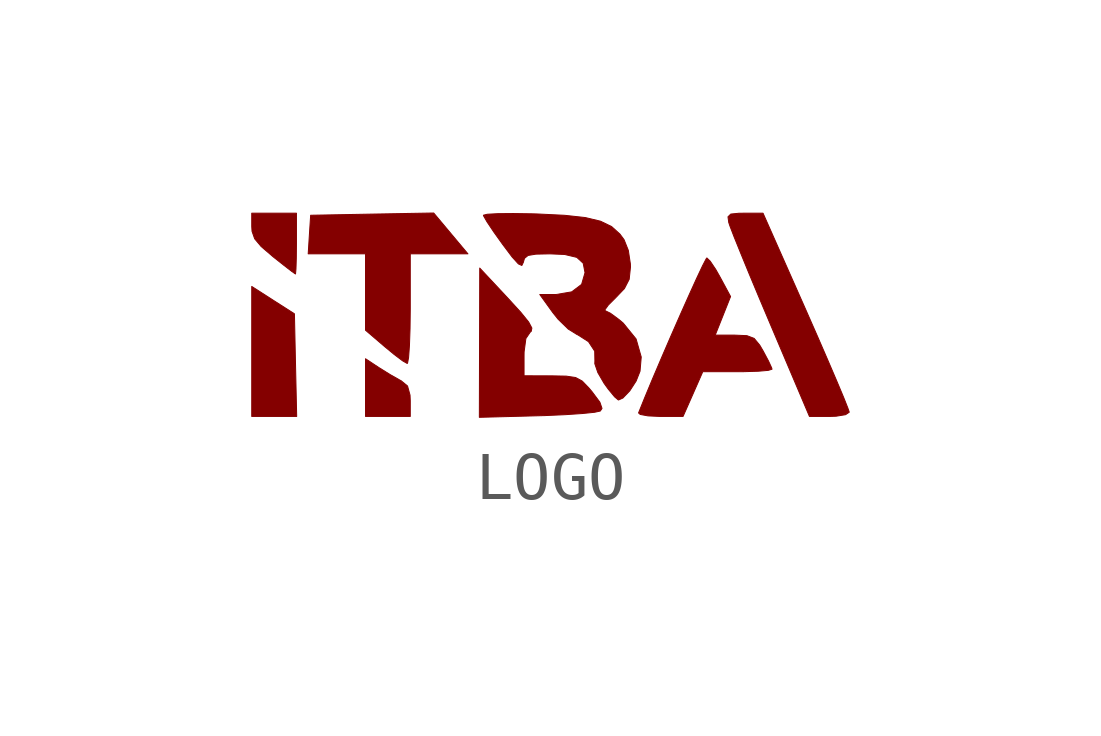
<source format=kicad_sym>
(kicad_symbol_lib
  (version 20220914)
  (generator "bitmap2component")
  (generator_version "9.0")
  (symbol "LOGO"
    (pin_names
      (offset 1.016))
    (property "Reference" "#G"
      (at 0 7.832 0)
      (effects (font (size 1.27 1.27)) hide))
    (symbol "LOGO_0_0"
      (polyline (pts (xy -5.099 -1.048) (xy -5.122 0.021) (xy -5.567 0.306) (xy -6.011 0.591) (xy -6.011 -0.763) (xy -6.011 -2.117) (xy -5.543 -2.117) (xy -5.075 -2.117) (xy -5.099 -1.048)) (stroke (width 0.01) (type default)) (fill (type outline)))
      (polyline (pts (xy -2.709 -1.792) (xy -2.714 -1.673) (xy -2.766 -1.483) (xy -2.9 -1.373) (xy -2.92 -1.363) (xy -3.13 -1.244) (xy -3.366 -1.097) (xy -3.641 -0.915) (xy -3.641 -1.516) (xy -3.641 -2.117) (xy -3.175 -2.117) (xy -2.709 -2.117) (xy -2.709 -1.792)) (stroke (width 0.01) (type default)) (fill (type outline)))
      (polyline (pts (xy -0.064 -2.103) (xy 0.092 -2.099) (xy 0.518 -2.08) (xy 0.875 -2.056) (xy 1.13 -2.03) (xy 1.249 -2.004) (xy 1.285 -1.95) (xy 1.241 -1.821) (xy 1.08 -1.605) (xy 1.013 -1.525) (xy 0.874 -1.381) (xy 0.735 -1.306) (xy 0.54 -1.277) (xy 0.233 -1.271) (xy -0.339 -1.27) (xy -0.339 -0.851) (xy -0.338 -0.773) (xy -0.301 -0.494) (xy -0.21 -0.36) (xy -0.19 -0.345) (xy -0.176 -0.276) (xy -0.242 -0.151) (xy -0.403 0.048) (xy -0.672 0.343) (xy -1.262 0.974) (xy -1.266 -0.581) (xy -1.27 -2.135) (xy -0.064 -2.103)) (stroke (width 0.01) (type default)) (fill (type outline)))
      (polyline (pts (xy 3.179 -1.651) (xy 3.384 -1.185) (xy 4.105 -1.185) (xy 4.239 -1.184) (xy 4.539 -1.175) (xy 4.748 -1.157) (xy 4.826 -1.133) (xy 4.819 -1.106) (xy 4.753 -0.962) (xy 4.641 -0.752) (xy 4.57 -0.631) (xy 4.454 -0.491) (xy 4.303 -0.434) (xy 4.05 -0.423) (xy 3.643 -0.423) (xy 3.803 -0.021) (xy 3.963 0.381) (xy 3.746 0.783) (xy 3.656 0.942) (xy 3.539 1.117) (xy 3.469 1.185) (xy 3.454 1.165) (xy 3.379 1.021) (xy 3.257 0.762) (xy 3.099 0.414) (xy 2.916 0.004) (xy 2.72 -0.442) (xy 2.524 -0.896) (xy 2.338 -1.332) (xy 2.175 -1.724) (xy 2.046 -2.044) (xy 2.081 -2.075) (xy 2.243 -2.105) (xy 2.495 -2.117) (xy 2.973 -2.117) (xy 3.179 -1.651)) (stroke (width 0.01) (type default)) (fill (type outline)))
      (polyline (pts (xy 6.16 -2.112) (xy 6.358 -2.08) (xy 6.435 -2.028) (xy 6.406 -1.942) (xy 6.318 -1.72) (xy 6.177 -1.384) (xy 5.994 -0.957) (xy 5.778 -0.459) (xy 5.537 0.089) (xy 4.639 2.117) (xy 4.258 2.117) (xy 4.139 2.116) (xy 3.968 2.099) (xy 3.909 2.042) (xy 3.925 1.923) (xy 3.951 1.846) (xy 4.038 1.62) (xy 4.176 1.279) (xy 4.353 0.847) (xy 4.561 0.349) (xy 4.79 -0.193) (xy 5.606 -2.117) (xy 6.02 -2.117) (xy 6.16 -2.112)) (stroke (width 0.01) (type default)) (fill (type outline)))
      (polyline (pts (xy 1.72 -1.733) (xy 1.863 -1.584) (xy 1.996 -1.379) (xy 2.077 -1.174) (xy 2.102 -0.879) (xy 1.995 -0.503) (xy 1.727 -0.173) (xy 1.638 -0.098) (xy 1.46 0.033) (xy 1.353 0.085) (xy 1.344 0.103) (xy 1.415 0.202) (xy 1.573 0.36) (xy 1.752 0.547) (xy 1.851 0.74) (xy 1.878 0.995) (xy 1.876 1.06) (xy 1.833 1.343) (xy 1.745 1.564) (xy 1.658 1.682) (xy 1.485 1.838) (xy 1.254 1.95) (xy 0.937 2.026) (xy 0.507 2.073) (xy -0.064 2.101) (xy -0.164 2.104) (xy -0.564 2.11) (xy -0.888 2.107) (xy -1.106 2.095) (xy -1.185 2.075) (xy -1.182 2.062) (xy -1.112 1.939) (xy -0.971 1.728) (xy -0.783 1.465) (xy -0.586 1.203) (xy -0.456 1.06) (xy -0.385 1.028) (xy -0.354 1.093) (xy -0.33 1.176) (xy -0.255 1.237) (xy -0.091 1.264) (xy 0.201 1.27) (xy 0.508 1.257) (xy 0.76 1.197) (xy 0.893 1.075) (xy 0.931 0.878) (xy 0.86 0.634) (xy 0.653 0.478) (xy 0.327 0.423) (xy -0.011 0.423) (xy 0.26 0.047) (xy 0.371 -0.092) (xy 0.582 -0.297) (xy 0.767 -0.412) (xy 0.781 -0.417) (xy 1.003 -0.559) (xy 1.133 -0.757) (xy 1.137 -0.958) (xy 1.135 -1.019) (xy 1.198 -1.203) (xy 1.328 -1.427) (xy 1.413 -1.545) (xy 1.548 -1.709) (xy 1.627 -1.775) (xy 1.72 -1.733)) (stroke (width 0.01) (type default)) (fill (type outline)))
      (polyline (pts (xy -2.766 -1.007) (xy -2.744 -0.888) (xy -2.726 -0.639) (xy -2.714 -0.29) (xy -2.709 0.127) (xy -2.709 1.27) (xy -2.109 1.27) (xy -1.508 1.27) (xy -1.865 1.696) (xy -2.221 2.121) (xy -3.502 2.098) (xy -4.784 2.074) (xy -4.81 1.672) (xy -4.835 1.27) (xy -4.238 1.27) (xy -3.641 1.27) (xy -3.641 0.475) (xy -3.641 -0.321) (xy -3.239 -0.665) (xy -3.044 -0.826) (xy -2.866 -0.96) (xy -2.773 -1.013) (xy -2.766 -1.007)) (stroke (width 0.01) (type default)) (fill (type outline)))
      (polyline (pts (xy -5.099 0.853) (xy -5.09 0.956) (xy -5.083 1.179) (xy -5.08 1.482) (xy -5.08 2.117) (xy -5.546 2.117) (xy -6.011 2.117) (xy -6.011 1.841) (xy -6.005 1.74) (xy -5.95 1.584) (xy -5.814 1.422) (xy -5.567 1.21) (xy -5.567 1.21) (xy -5.34 1.03) (xy -5.173 0.901) (xy -5.101 0.851) (xy -5.099 0.853)) (stroke (width 0.01) (type default)) (fill (type outline))))))
</source>
